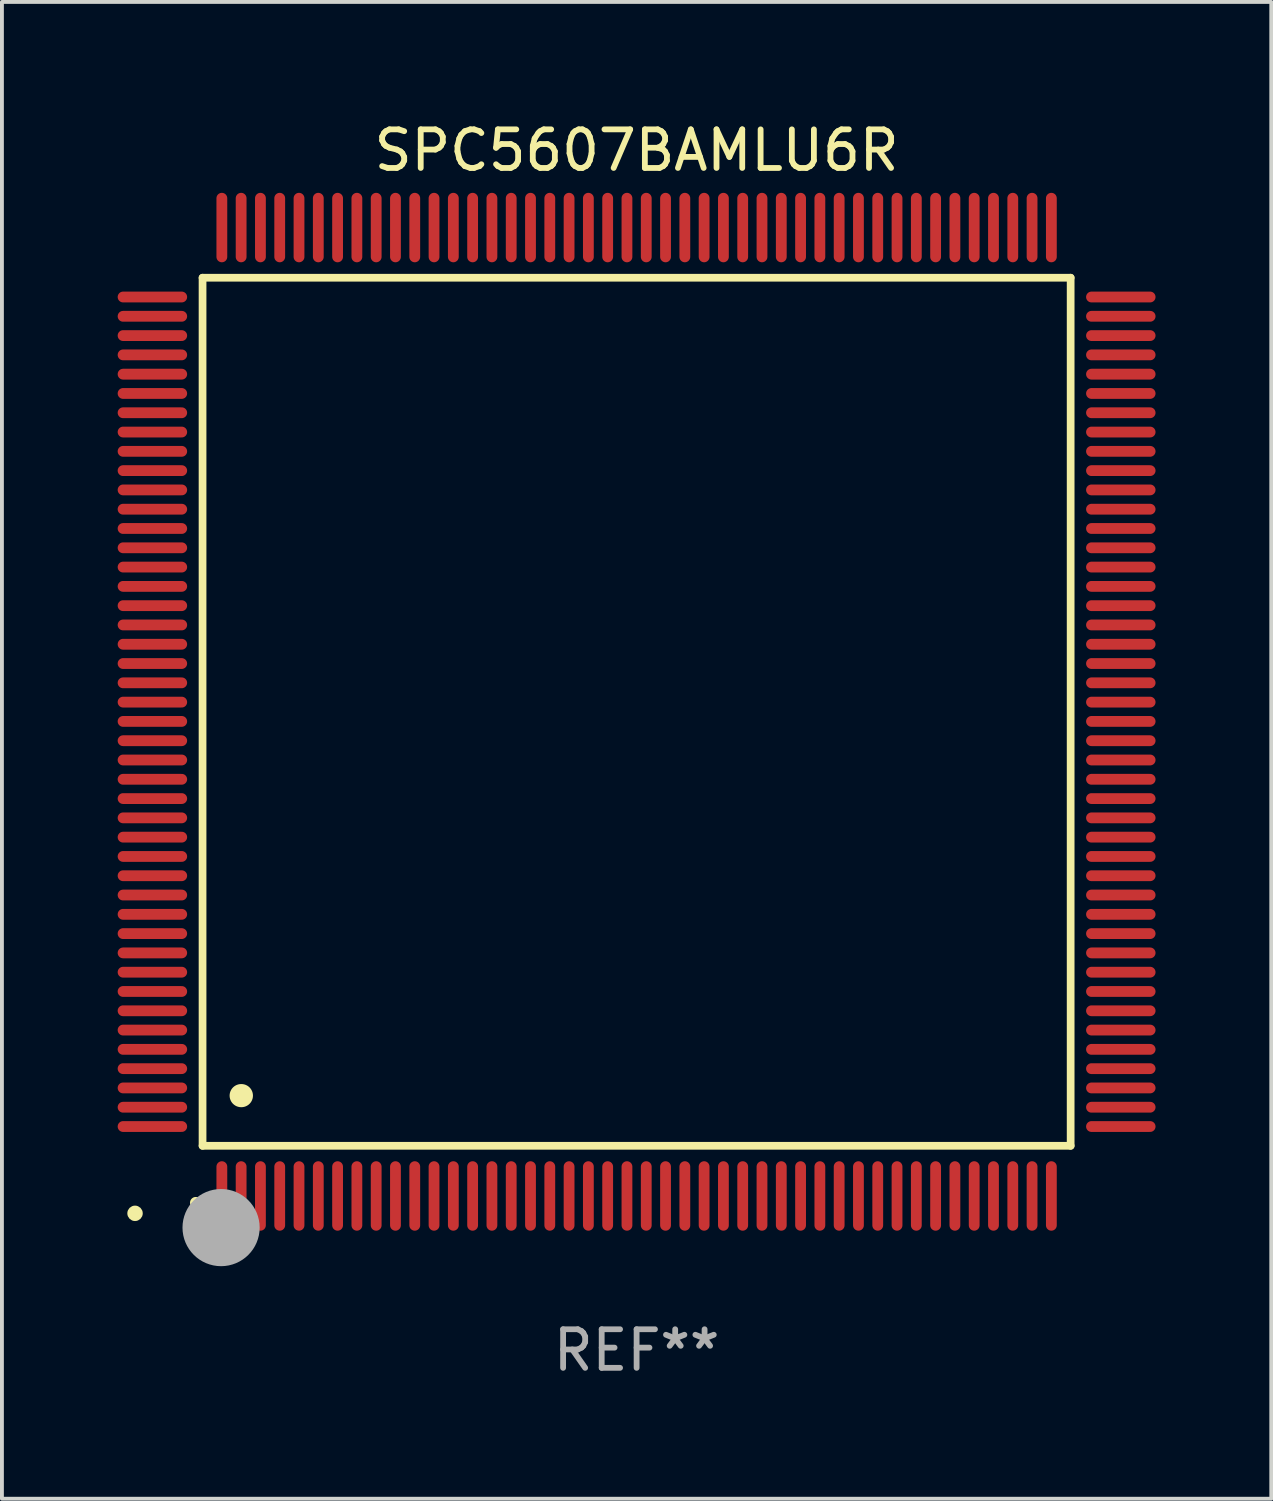
<source format=kicad_pcb>
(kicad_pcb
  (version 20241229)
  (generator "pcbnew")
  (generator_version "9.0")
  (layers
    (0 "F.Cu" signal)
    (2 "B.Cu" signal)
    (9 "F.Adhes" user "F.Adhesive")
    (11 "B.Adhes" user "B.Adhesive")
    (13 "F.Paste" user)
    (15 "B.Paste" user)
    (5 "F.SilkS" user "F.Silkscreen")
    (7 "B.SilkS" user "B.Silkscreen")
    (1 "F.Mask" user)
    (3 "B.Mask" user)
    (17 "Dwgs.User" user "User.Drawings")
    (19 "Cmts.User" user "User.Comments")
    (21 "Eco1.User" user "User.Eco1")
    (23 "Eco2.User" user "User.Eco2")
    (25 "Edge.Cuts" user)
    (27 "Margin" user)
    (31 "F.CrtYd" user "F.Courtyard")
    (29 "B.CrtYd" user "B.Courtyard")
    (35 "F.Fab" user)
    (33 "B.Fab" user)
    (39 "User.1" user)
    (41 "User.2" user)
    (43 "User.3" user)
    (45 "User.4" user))
  (footprint "SPC5607BAMLU6R"
    (layer "F.Cu")
    (at 13.45 15.398)
    (property "Reference" "SPC5607BAMLU6R" (at 0 -14.55 0) (layer "F.SilkS") (effects (font (size 1 1) (thickness 0.15))))
    (attr through_hole)
    (fp_line (start -11.25 -11.25) (end 11.25 -11.25) (stroke (width 0.2) (type solid)) (layer "F.SilkS"))
    (fp_line (start -11.25 11.25) (end -11.25 -11.25) (stroke (width 0.2) (type solid)) (layer "F.SilkS"))
    (fp_line (start 11.25 -11.25) (end 11.25 11.25) (stroke (width 0.2) (type solid)) (layer "F.SilkS"))
    (fp_line (start 11.25 11.25) (end -11.25 11.25) (stroke (width 0.2) (type solid)) (layer "F.SilkS"))
    (fp_arc (start -11.424943 12.725425) (mid -11.423673 12.72542) (end -11.422403 12.725425) (stroke (width 0.3) (type solid)) (layer "F.SilkS"))
    (fp_arc (start -10.24892 9.9492) (mid -10.24638 9.949189) (end -10.24384 9.9492) (stroke (width 0.6) (type solid)) (layer "F.SilkS"))
    (fp_circle (center -13 13) (end -12.9 13) (stroke (width 0.2) (type solid)) (fill no) (layer "F.SilkS"))
    (fp_circle (center -10.77 13.37) (end -10.27 13.37) (stroke (width 1) (type solid)) (fill no) (layer "F.Fab"))
    (fp_text user "REF**" (at 0 16.55 0) (layer "F.Fab") (effects (font (size 1 1) (thickness 0.15))))
    (pad "1" smd oval (at -10.75 12.55) (size 0.28 1.8) (layers "F.Cu" "F.Mask" "F.Paste"))
    (pad "2" smd oval (at -10.25 12.55) (size 0.28 1.8) (layers "F.Cu" "F.Mask" "F.Paste"))
    (pad "3" smd oval (at -9.75 12.55) (size 0.28 1.8) (layers "F.Cu" "F.Mask" "F.Paste"))
    (pad "4" smd oval (at -9.25 12.55) (size 0.28 1.8) (layers "F.Cu" "F.Mask" "F.Paste"))
    (pad "5" smd oval (at -8.75 12.55) (size 0.28 1.8) (layers "F.Cu" "F.Mask" "F.Paste"))
    (pad "6" smd oval (at -8.25 12.55) (size 0.28 1.8) (layers "F.Cu" "F.Mask" "F.Paste"))
    (pad "7" smd oval (at -7.75 12.55) (size 0.28 1.8) (layers "F.Cu" "F.Mask" "F.Paste"))
    (pad "8" smd oval (at -7.25 12.55) (size 0.28 1.8) (layers "F.Cu" "F.Mask" "F.Paste"))
    (pad "9" smd oval (at -6.75 12.55) (size 0.28 1.8) (layers "F.Cu" "F.Mask" "F.Paste"))
    (pad "10" smd oval (at -6.25 12.55) (size 0.28 1.8) (layers "F.Cu" "F.Mask" "F.Paste"))
    (pad "11" smd oval (at -5.75 12.55) (size 0.28 1.8) (layers "F.Cu" "F.Mask" "F.Paste"))
    (pad "12" smd oval (at -5.25 12.55) (size 0.28 1.8) (layers "F.Cu" "F.Mask" "F.Paste"))
    (pad "13" smd oval (at -4.75 12.55) (size 0.28 1.8) (layers "F.Cu" "F.Mask" "F.Paste"))
    (pad "14" smd oval (at -4.25 12.55) (size 0.28 1.8) (layers "F.Cu" "F.Mask" "F.Paste"))
    (pad "15" smd oval (at -3.75 12.55) (size 0.28 1.8) (layers "F.Cu" "F.Mask" "F.Paste"))
    (pad "16" smd oval (at -3.25 12.55) (size 0.28 1.8) (layers "F.Cu" "F.Mask" "F.Paste"))
    (pad "17" smd oval (at -2.75 12.55) (size 0.28 1.8) (layers "F.Cu" "F.Mask" "F.Paste"))
    (pad "18" smd oval (at -2.25 12.55) (size 0.28 1.8) (layers "F.Cu" "F.Mask" "F.Paste"))
    (pad "19" smd oval (at -1.75 12.55) (size 0.28 1.8) (layers "F.Cu" "F.Mask" "F.Paste"))
    (pad "20" smd oval (at -1.25 12.55) (size 0.28 1.8) (layers "F.Cu" "F.Mask" "F.Paste"))
    (pad "21" smd oval (at -0.75 12.55) (size 0.28 1.8) (layers "F.Cu" "F.Mask" "F.Paste"))
    (pad "22" smd oval (at -0.25 12.55) (size 0.28 1.8) (layers "F.Cu" "F.Mask" "F.Paste"))
    (pad "23" smd oval (at 0.25 12.55) (size 0.28 1.8) (layers "F.Cu" "F.Mask" "F.Paste"))
    (pad "24" smd oval (at 0.75 12.55) (size 0.28 1.8) (layers "F.Cu" "F.Mask" "F.Paste"))
    (pad "25" smd oval (at 1.25 12.55) (size 0.28 1.8) (layers "F.Cu" "F.Mask" "F.Paste"))
    (pad "26" smd oval (at 1.75 12.55) (size 0.28 1.8) (layers "F.Cu" "F.Mask" "F.Paste"))
    (pad "27" smd oval (at 2.25 12.55) (size 0.28 1.8) (layers "F.Cu" "F.Mask" "F.Paste"))
    (pad "28" smd oval (at 2.75 12.55) (size 0.28 1.8) (layers "F.Cu" "F.Mask" "F.Paste"))
    (pad "29" smd oval (at 3.25 12.55) (size 0.28 1.8) (layers "F.Cu" "F.Mask" "F.Paste"))
    (pad "30" smd oval (at 3.75 12.55) (size 0.28 1.8) (layers "F.Cu" "F.Mask" "F.Paste"))
    (pad "31" smd oval (at 4.25 12.55) (size 0.28 1.8) (layers "F.Cu" "F.Mask" "F.Paste"))
    (pad "32" smd oval (at 4.75 12.55) (size 0.28 1.8) (layers "F.Cu" "F.Mask" "F.Paste"))
    (pad "33" smd oval (at 5.25 12.55) (size 0.28 1.8) (layers "F.Cu" "F.Mask" "F.Paste"))
    (pad "34" smd oval (at 5.75 12.55) (size 0.28 1.8) (layers "F.Cu" "F.Mask" "F.Paste"))
    (pad "35" smd oval (at 6.25 12.55) (size 0.28 1.8) (layers "F.Cu" "F.Mask" "F.Paste"))
    (pad "36" smd oval (at 6.75 12.55) (size 0.28 1.8) (layers "F.Cu" "F.Mask" "F.Paste"))
    (pad "37" smd oval (at 7.25 12.55) (size 0.28 1.8) (layers "F.Cu" "F.Mask" "F.Paste"))
    (pad "38" smd oval (at 7.75 12.55) (size 0.28 1.8) (layers "F.Cu" "F.Mask" "F.Paste"))
    (pad "39" smd oval (at 8.25 12.55) (size 0.28 1.8) (layers "F.Cu" "F.Mask" "F.Paste"))
    (pad "40" smd oval (at 8.75 12.55) (size 0.28 1.8) (layers "F.Cu" "F.Mask" "F.Paste"))
    (pad "41" smd oval (at 9.25 12.55) (size 0.28 1.8) (layers "F.Cu" "F.Mask" "F.Paste"))
    (pad "42" smd oval (at 9.75 12.55) (size 0.28 1.8) (layers "F.Cu" "F.Mask" "F.Paste"))
    (pad "43" smd oval (at 10.25 12.55) (size 0.28 1.8) (layers "F.Cu" "F.Mask" "F.Paste"))
    (pad "44" smd oval (at 10.75 12.55) (size 0.28 1.8) (layers "F.Cu" "F.Mask" "F.Paste"))
    (pad "45" smd oval (at 12.55 10.75) (size 1.8 0.28) (layers "F.Cu" "F.Mask" "F.Paste"))
    (pad "46" smd oval (at 12.55 10.25) (size 1.8 0.28) (layers "F.Cu" "F.Mask" "F.Paste"))
    (pad "47" smd oval (at 12.55 9.75) (size 1.8 0.28) (layers "F.Cu" "F.Mask" "F.Paste"))
    (pad "48" smd oval (at 12.55 9.25) (size 1.8 0.28) (layers "F.Cu" "F.Mask" "F.Paste"))
    (pad "49" smd oval (at 12.55 8.75) (size 1.8 0.28) (layers "F.Cu" "F.Mask" "F.Paste"))
    (pad "50" smd oval (at 12.55 8.25) (size 1.8 0.28) (layers "F.Cu" "F.Mask" "F.Paste"))
    (pad "51" smd oval (at 12.55 7.75) (size 1.8 0.28) (layers "F.Cu" "F.Mask" "F.Paste"))
    (pad "52" smd oval (at 12.55 7.25) (size 1.8 0.28) (layers "F.Cu" "F.Mask" "F.Paste"))
    (pad "53" smd oval (at 12.55 6.75) (size 1.8 0.28) (layers "F.Cu" "F.Mask" "F.Paste"))
    (pad "54" smd oval (at 12.55 6.25) (size 1.8 0.28) (layers "F.Cu" "F.Mask" "F.Paste"))
    (pad "55" smd oval (at 12.55 5.75) (size 1.8 0.28) (layers "F.Cu" "F.Mask" "F.Paste"))
    (pad "56" smd oval (at 12.55 5.25) (size 1.8 0.28) (layers "F.Cu" "F.Mask" "F.Paste"))
    (pad "57" smd oval (at 12.55 4.75) (size 1.8 0.28) (layers "F.Cu" "F.Mask" "F.Paste"))
    (pad "58" smd oval (at 12.55 4.25) (size 1.8 0.28) (layers "F.Cu" "F.Mask" "F.Paste"))
    (pad "59" smd oval (at 12.55 3.75) (size 1.8 0.28) (layers "F.Cu" "F.Mask" "F.Paste"))
    (pad "60" smd oval (at 12.55 3.25) (size 1.8 0.28) (layers "F.Cu" "F.Mask" "F.Paste"))
    (pad "61" smd oval (at 12.55 2.75) (size 1.8 0.28) (layers "F.Cu" "F.Mask" "F.Paste"))
    (pad "62" smd oval (at 12.55 2.25) (size 1.8 0.28) (layers "F.Cu" "F.Mask" "F.Paste"))
    (pad "63" smd oval (at 12.55 1.75) (size 1.8 0.28) (layers "F.Cu" "F.Mask" "F.Paste"))
    (pad "64" smd oval (at 12.55 1.25) (size 1.8 0.28) (layers "F.Cu" "F.Mask" "F.Paste"))
    (pad "65" smd oval (at 12.55 0.75) (size 1.8 0.28) (layers "F.Cu" "F.Mask" "F.Paste"))
    (pad "66" smd oval (at 12.55 0.25) (size 1.8 0.28) (layers "F.Cu" "F.Mask" "F.Paste"))
    (pad "67" smd oval (at 12.55 -0.25) (size 1.8 0.28) (layers "F.Cu" "F.Mask" "F.Paste"))
    (pad "68" smd oval (at 12.55 -0.75) (size 1.8 0.28) (layers "F.Cu" "F.Mask" "F.Paste"))
    (pad "69" smd oval (at 12.55 -1.25) (size 1.8 0.28) (layers "F.Cu" "F.Mask" "F.Paste"))
    (pad "70" smd oval (at 12.55 -1.75) (size 1.8 0.28) (layers "F.Cu" "F.Mask" "F.Paste"))
    (pad "71" smd oval (at 12.55 -2.25) (size 1.8 0.28) (layers "F.Cu" "F.Mask" "F.Paste"))
    (pad "72" smd oval (at 12.55 -2.75) (size 1.8 0.28) (layers "F.Cu" "F.Mask" "F.Paste"))
    (pad "73" smd oval (at 12.55 -3.25) (size 1.8 0.28) (layers "F.Cu" "F.Mask" "F.Paste"))
    (pad "74" smd oval (at 12.55 -3.75) (size 1.8 0.28) (layers "F.Cu" "F.Mask" "F.Paste"))
    (pad "75" smd oval (at 12.55 -4.25) (size 1.8 0.28) (layers "F.Cu" "F.Mask" "F.Paste"))
    (pad "76" smd oval (at 12.55 -4.75) (size 1.8 0.28) (layers "F.Cu" "F.Mask" "F.Paste"))
    (pad "77" smd oval (at 12.55 -5.25) (size 1.8 0.28) (layers "F.Cu" "F.Mask" "F.Paste"))
    (pad "78" smd oval (at 12.55 -5.75) (size 1.8 0.28) (layers "F.Cu" "F.Mask" "F.Paste"))
    (pad "79" smd oval (at 12.55 -6.25) (size 1.8 0.28) (layers "F.Cu" "F.Mask" "F.Paste"))
    (pad "80" smd oval (at 12.55 -6.75) (size 1.8 0.28) (layers "F.Cu" "F.Mask" "F.Paste"))
    (pad "81" smd oval (at 12.55 -7.25) (size 1.8 0.28) (layers "F.Cu" "F.Mask" "F.Paste"))
    (pad "82" smd oval (at 12.55 -7.75) (size 1.8 0.28) (layers "F.Cu" "F.Mask" "F.Paste"))
    (pad "83" smd oval (at 12.55 -8.25) (size 1.8 0.28) (layers "F.Cu" "F.Mask" "F.Paste"))
    (pad "84" smd oval (at 12.55 -8.75) (size 1.8 0.28) (layers "F.Cu" "F.Mask" "F.Paste"))
    (pad "85" smd oval (at 12.55 -9.25) (size 1.8 0.28) (layers "F.Cu" "F.Mask" "F.Paste"))
    (pad "86" smd oval (at 12.55 -9.75) (size 1.8 0.28) (layers "F.Cu" "F.Mask" "F.Paste"))
    (pad "87" smd oval (at 12.55 -10.25) (size 1.8 0.28) (layers "F.Cu" "F.Mask" "F.Paste"))
    (pad "88" smd oval (at 12.55 -10.75) (size 1.8 0.28) (layers "F.Cu" "F.Mask" "F.Paste"))
    (pad "89" smd oval (at 10.75 -12.55) (size 0.28 1.8) (layers "F.Cu" "F.Mask" "F.Paste"))
    (pad "90" smd oval (at 10.25 -12.55) (size 0.28 1.8) (layers "F.Cu" "F.Mask" "F.Paste"))
    (pad "91" smd oval (at 9.75 -12.55) (size 0.28 1.8) (layers "F.Cu" "F.Mask" "F.Paste"))
    (pad "92" smd oval (at 9.25 -12.55) (size 0.28 1.8) (layers "F.Cu" "F.Mask" "F.Paste"))
    (pad "93" smd oval (at 8.75 -12.55) (size 0.28 1.8) (layers "F.Cu" "F.Mask" "F.Paste"))
    (pad "94" smd oval (at 8.25 -12.55) (size 0.28 1.8) (layers "F.Cu" "F.Mask" "F.Paste"))
    (pad "95" smd oval (at 7.75 -12.55) (size 0.28 1.8) (layers "F.Cu" "F.Mask" "F.Paste"))
    (pad "96" smd oval (at 7.25 -12.55) (size 0.28 1.8) (layers "F.Cu" "F.Mask" "F.Paste"))
    (pad "97" smd oval (at 6.75 -12.55) (size 0.28 1.8) (layers "F.Cu" "F.Mask" "F.Paste"))
    (pad "98" smd oval (at 6.25 -12.55) (size 0.28 1.8) (layers "F.Cu" "F.Mask" "F.Paste"))
    (pad "99" smd oval (at 5.75 -12.55) (size 0.28 1.8) (layers "F.Cu" "F.Mask" "F.Paste"))
    (pad "100" smd oval (at 5.25 -12.55) (size 0.28 1.8) (layers "F.Cu" "F.Mask" "F.Paste"))
    (pad "101" smd oval (at 4.75 -12.55) (size 0.28 1.8) (layers "F.Cu" "F.Mask" "F.Paste"))
    (pad "102" smd oval (at 4.25 -12.55) (size 0.28 1.8) (layers "F.Cu" "F.Mask" "F.Paste"))
    (pad "103" smd oval (at 3.75 -12.55) (size 0.28 1.8) (layers "F.Cu" "F.Mask" "F.Paste"))
    (pad "104" smd oval (at 3.25 -12.55) (size 0.28 1.8) (layers "F.Cu" "F.Mask" "F.Paste"))
    (pad "105" smd oval (at 2.75 -12.55) (size 0.28 1.8) (layers "F.Cu" "F.Mask" "F.Paste"))
    (pad "106" smd oval (at 2.25 -12.55) (size 0.28 1.8) (layers "F.Cu" "F.Mask" "F.Paste"))
    (pad "107" smd oval (at 1.75 -12.55) (size 0.28 1.8) (layers "F.Cu" "F.Mask" "F.Paste"))
    (pad "108" smd oval (at 1.25 -12.55) (size 0.28 1.8) (layers "F.Cu" "F.Mask" "F.Paste"))
    (pad "109" smd oval (at 0.75 -12.55) (size 0.28 1.8) (layers "F.Cu" "F.Mask" "F.Paste"))
    (pad "110" smd oval (at 0.25 -12.55) (size 0.28 1.8) (layers "F.Cu" "F.Mask" "F.Paste"))
    (pad "111" smd oval (at -0.25 -12.55) (size 0.28 1.8) (layers "F.Cu" "F.Mask" "F.Paste"))
    (pad "112" smd oval (at -0.75 -12.55) (size 0.28 1.8) (layers "F.Cu" "F.Mask" "F.Paste"))
    (pad "113" smd oval (at -1.25 -12.55) (size 0.28 1.8) (layers "F.Cu" "F.Mask" "F.Paste"))
    (pad "114" smd oval (at -1.75 -12.55) (size 0.28 1.8) (layers "F.Cu" "F.Mask" "F.Paste"))
    (pad "115" smd oval (at -2.25 -12.55) (size 0.28 1.8) (layers "F.Cu" "F.Mask" "F.Paste"))
    (pad "116" smd oval (at -2.75 -12.55) (size 0.28 1.8) (layers "F.Cu" "F.Mask" "F.Paste"))
    (pad "117" smd oval (at -3.25 -12.55) (size 0.28 1.8) (layers "F.Cu" "F.Mask" "F.Paste"))
    (pad "118" smd oval (at -3.75 -12.55) (size 0.28 1.8) (layers "F.Cu" "F.Mask" "F.Paste"))
    (pad "119" smd oval (at -4.25 -12.55) (size 0.28 1.8) (layers "F.Cu" "F.Mask" "F.Paste"))
    (pad "120" smd oval (at -4.75 -12.55) (size 0.28 1.8) (layers "F.Cu" "F.Mask" "F.Paste"))
    (pad "121" smd oval (at -5.25 -12.55) (size 0.28 1.8) (layers "F.Cu" "F.Mask" "F.Paste"))
    (pad "122" smd oval (at -5.75 -12.55) (size 0.28 1.8) (layers "F.Cu" "F.Mask" "F.Paste"))
    (pad "123" smd oval (at -6.25 -12.55) (size 0.28 1.8) (layers "F.Cu" "F.Mask" "F.Paste"))
    (pad "124" smd oval (at -6.75 -12.55) (size 0.28 1.8) (layers "F.Cu" "F.Mask" "F.Paste"))
    (pad "125" smd oval (at -7.25 -12.55) (size 0.28 1.8) (layers "F.Cu" "F.Mask" "F.Paste"))
    (pad "126" smd oval (at -7.75 -12.55) (size 0.28 1.8) (layers "F.Cu" "F.Mask" "F.Paste"))
    (pad "127" smd oval (at -8.25 -12.55) (size 0.28 1.8) (layers "F.Cu" "F.Mask" "F.Paste"))
    (pad "128" smd oval (at -8.75 -12.55) (size 0.28 1.8) (layers "F.Cu" "F.Mask" "F.Paste"))
    (pad "129" smd oval (at -9.25 -12.55) (size 0.28 1.8) (layers "F.Cu" "F.Mask" "F.Paste"))
    (pad "130" smd oval (at -9.75 -12.55) (size 0.28 1.8) (layers "F.Cu" "F.Mask" "F.Paste"))
    (pad "131" smd oval (at -10.25 -12.55) (size 0.28 1.8) (layers "F.Cu" "F.Mask" "F.Paste"))
    (pad "132" smd oval (at -10.75 -12.55) (size 0.28 1.8) (layers "F.Cu" "F.Mask" "F.Paste"))
    (pad "133" smd oval (at -12.55 -10.75) (size 1.8 0.28) (layers "F.Cu" "F.Mask" "F.Paste"))
    (pad "134" smd oval (at -12.55 -10.25) (size 1.8 0.28) (layers "F.Cu" "F.Mask" "F.Paste"))
    (pad "135" smd oval (at -12.55 -9.75) (size 1.8 0.28) (layers "F.Cu" "F.Mask" "F.Paste"))
    (pad "136" smd oval (at -12.55 -9.25) (size 1.8 0.28) (layers "F.Cu" "F.Mask" "F.Paste"))
    (pad "137" smd oval (at -12.55 -8.75) (size 1.8 0.28) (layers "F.Cu" "F.Mask" "F.Paste"))
    (pad "138" smd oval (at -12.55 -8.25) (size 1.8 0.28) (layers "F.Cu" "F.Mask" "F.Paste"))
    (pad "139" smd oval (at -12.55 -7.75) (size 1.8 0.28) (layers "F.Cu" "F.Mask" "F.Paste"))
    (pad "140" smd oval (at -12.55 -7.25) (size 1.8 0.28) (layers "F.Cu" "F.Mask" "F.Paste"))
    (pad "141" smd oval (at -12.55 -6.75) (size 1.8 0.28) (layers "F.Cu" "F.Mask" "F.Paste"))
    (pad "142" smd oval (at -12.55 -6.25) (size 1.8 0.28) (layers "F.Cu" "F.Mask" "F.Paste"))
    (pad "143" smd oval (at -12.55 -5.75) (size 1.8 0.28) (layers "F.Cu" "F.Mask" "F.Paste"))
    (pad "144" smd oval (at -12.55 -5.25) (size 1.8 0.28) (layers "F.Cu" "F.Mask" "F.Paste"))
    (pad "145" smd oval (at -12.55 -4.75) (size 1.8 0.28) (layers "F.Cu" "F.Mask" "F.Paste"))
    (pad "146" smd oval (at -12.55 -4.25) (size 1.8 0.28) (layers "F.Cu" "F.Mask" "F.Paste"))
    (pad "147" smd oval (at -12.55 -3.75) (size 1.8 0.28) (layers "F.Cu" "F.Mask" "F.Paste"))
    (pad "148" smd oval (at -12.55 -3.25) (size 1.8 0.28) (layers "F.Cu" "F.Mask" "F.Paste"))
    (pad "149" smd oval (at -12.55 -2.75) (size 1.8 0.28) (layers "F.Cu" "F.Mask" "F.Paste"))
    (pad "150" smd oval (at -12.55 -2.25) (size 1.8 0.28) (layers "F.Cu" "F.Mask" "F.Paste"))
    (pad "151" smd oval (at -12.55 -1.75) (size 1.8 0.28) (layers "F.Cu" "F.Mask" "F.Paste"))
    (pad "152" smd oval (at -12.55 -1.25) (size 1.8 0.28) (layers "F.Cu" "F.Mask" "F.Paste"))
    (pad "153" smd oval (at -12.55 -0.75) (size 1.8 0.28) (layers "F.Cu" "F.Mask" "F.Paste"))
    (pad "154" smd oval (at -12.55 -0.25) (size 1.8 0.28) (layers "F.Cu" "F.Mask" "F.Paste"))
    (pad "155" smd oval (at -12.55 0.25) (size 1.8 0.28) (layers "F.Cu" "F.Mask" "F.Paste"))
    (pad "156" smd oval (at -12.55 0.75) (size 1.8 0.28) (layers "F.Cu" "F.Mask" "F.Paste"))
    (pad "157" smd oval (at -12.55 1.25) (size 1.8 0.28) (layers "F.Cu" "F.Mask" "F.Paste"))
    (pad "158" smd oval (at -12.55 1.75) (size 1.8 0.28) (layers "F.Cu" "F.Mask" "F.Paste"))
    (pad "159" smd oval (at -12.55 2.25) (size 1.8 0.28) (layers "F.Cu" "F.Mask" "F.Paste"))
    (pad "160" smd oval (at -12.55 2.75) (size 1.8 0.28) (layers "F.Cu" "F.Mask" "F.Paste"))
    (pad "161" smd oval (at -12.55 3.25) (size 1.8 0.28) (layers "F.Cu" "F.Mask" "F.Paste"))
    (pad "162" smd oval (at -12.55 3.75) (size 1.8 0.28) (layers "F.Cu" "F.Mask" "F.Paste"))
    (pad "163" smd oval (at -12.55 4.25) (size 1.8 0.28) (layers "F.Cu" "F.Mask" "F.Paste"))
    (pad "164" smd oval (at -12.55 4.75) (size 1.8 0.28) (layers "F.Cu" "F.Mask" "F.Paste"))
    (pad "165" smd oval (at -12.55 5.25) (size 1.8 0.28) (layers "F.Cu" "F.Mask" "F.Paste"))
    (pad "166" smd oval (at -12.55 5.75) (size 1.8 0.28) (layers "F.Cu" "F.Mask" "F.Paste"))
    (pad "167" smd oval (at -12.55 6.25) (size 1.8 0.28) (layers "F.Cu" "F.Mask" "F.Paste"))
    (pad "168" smd oval (at -12.55 6.75) (size 1.8 0.28) (layers "F.Cu" "F.Mask" "F.Paste"))
    (pad "169" smd oval (at -12.55 7.25) (size 1.8 0.28) (layers "F.Cu" "F.Mask" "F.Paste"))
    (pad "170" smd oval (at -12.55 7.75) (size 1.8 0.28) (layers "F.Cu" "F.Mask" "F.Paste"))
    (pad "171" smd oval (at -12.55 8.25) (size 1.8 0.28) (layers "F.Cu" "F.Mask" "F.Paste"))
    (pad "172" smd oval (at -12.55 8.75) (size 1.8 0.28) (layers "F.Cu" "F.Mask" "F.Paste"))
    (pad "173" smd oval (at -12.55 9.25) (size 1.8 0.28) (layers "F.Cu" "F.Mask" "F.Paste"))
    (pad "174" smd oval (at -12.55 9.75) (size 1.8 0.28) (layers "F.Cu" "F.Mask" "F.Paste"))
    (pad "175" smd oval (at -12.55 10.25) (size 1.8 0.28) (layers "F.Cu" "F.Mask" "F.Paste"))
    (pad "176" smd oval (at -12.55 10.75) (size 1.8 0.28) (layers "F.Cu" "F.Mask" "F.Paste")))
  (gr_rect
    (start -3 -3)
    (end 29.9 35.796)
    (stroke (width 0.1) (type default))
    (fill no)
    (layer "Edge.Cuts")))
</source>
